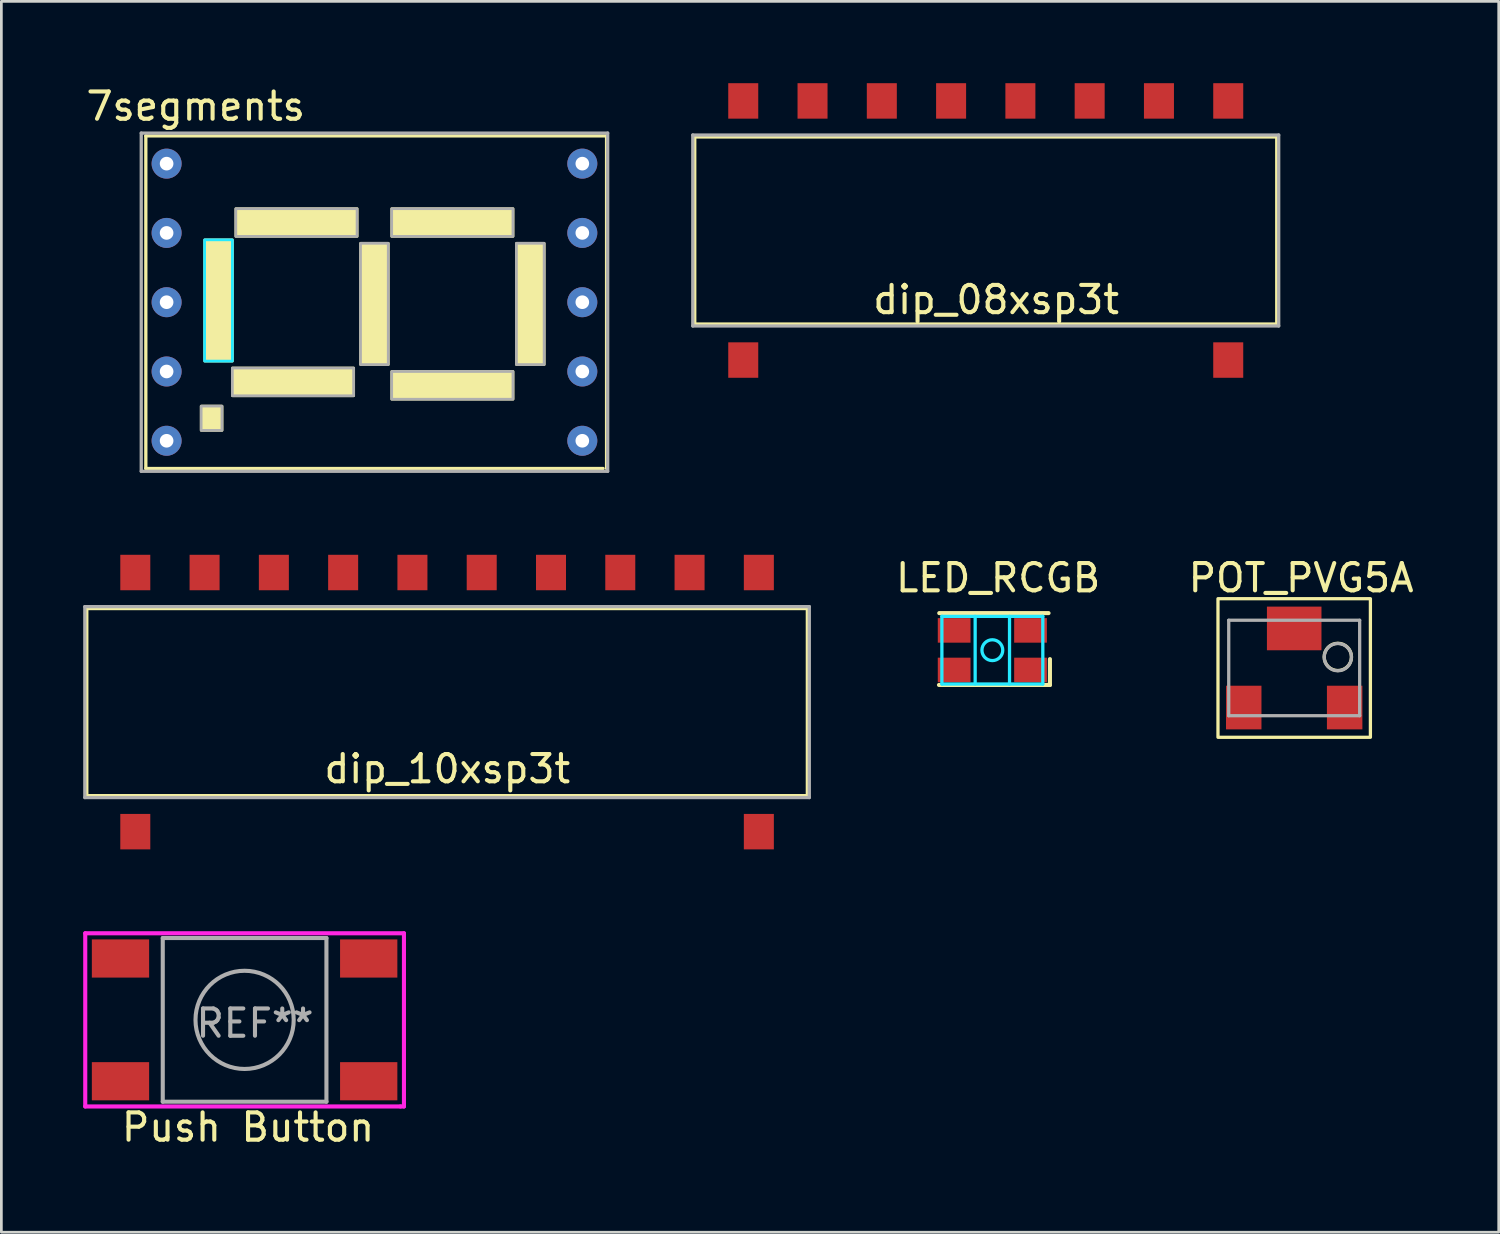
<source format=kicad_pcb>
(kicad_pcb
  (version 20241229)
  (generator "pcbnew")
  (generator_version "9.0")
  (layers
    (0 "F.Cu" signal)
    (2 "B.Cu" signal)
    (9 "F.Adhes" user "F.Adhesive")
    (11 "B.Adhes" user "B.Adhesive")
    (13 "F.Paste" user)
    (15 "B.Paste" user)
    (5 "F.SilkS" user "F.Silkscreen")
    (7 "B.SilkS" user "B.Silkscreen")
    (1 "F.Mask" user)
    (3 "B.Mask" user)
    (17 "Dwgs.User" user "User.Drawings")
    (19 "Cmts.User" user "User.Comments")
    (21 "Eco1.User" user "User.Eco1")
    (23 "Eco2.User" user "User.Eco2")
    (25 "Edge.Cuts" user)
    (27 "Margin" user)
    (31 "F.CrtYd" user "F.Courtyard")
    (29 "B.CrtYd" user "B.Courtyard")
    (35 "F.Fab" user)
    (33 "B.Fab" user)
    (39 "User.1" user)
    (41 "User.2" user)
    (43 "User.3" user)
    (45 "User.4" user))
  (footprint "dip_10xsp3t"
    (layer "F.Cu")
    (at 13.34 22.689)
    (property "Reference" "dip_10xsp3t" (at 0.008 2.449 0) (layer "F.SilkS") (effects (font (size 1 1) (thickness 0.15))))
    (attr through_hole)
    (fp_line (start -13.208 -3.429) (end -13.208 3.429) (stroke (width 0.12) (type solid)) (layer "F.SilkS"))
    (fp_line (start -13.208 3.429) (end 13.208 3.429) (stroke (width 0.12) (type solid)) (layer "F.SilkS"))
    (fp_line (start 13.208 -3.429) (end -13.208 -3.429) (stroke (width 0.12) (type solid)) (layer "F.SilkS"))
    (fp_line (start 13.208 3.429) (end 13.208 -3.429) (stroke (width 0.12) (type solid)) (layer "F.SilkS"))
    (fp_line (start -13.28 -3.5) (end -13.28 3.5) (stroke (width 0.12) (type solid)) (layer "F.Fab"))
    (fp_line (start -13.28 -3.5) (end 13.28 -3.5) (stroke (width 0.12) (type solid)) (layer "F.Fab"))
    (fp_line (start -13.28 3.5) (end 13.28 3.5) (stroke (width 0.12) (type solid)) (layer "F.Fab"))
    (fp_line (start 13.28 -3.5) (end 13.28 3.5) (stroke (width 0.12) (type solid)) (layer "F.Fab"))
    (pad "1" smd rect (at -11.43 -4.75) (size 1.1 1.3) (layers "F.Cu" "F.Mask" "F.Paste"))
    (pad "2" smd rect (at -8.89 -4.75) (size 1.1 1.3) (layers "F.Cu" "F.Mask" "F.Paste"))
    (pad "3" smd rect (at -6.35 -4.75) (size 1.1 1.3) (layers "F.Cu" "F.Mask" "F.Paste"))
    (pad "4" smd rect (at -3.81 -4.75) (size 1.1 1.3) (layers "F.Cu" "F.Mask" "F.Paste"))
    (pad "5" smd rect (at -1.27 -4.75) (size 1.1 1.3) (layers "F.Cu" "F.Mask" "F.Paste"))
    (pad "6" smd rect (at 1.27 -4.75) (size 1.1 1.3) (layers "F.Cu" "F.Mask" "F.Paste"))
    (pad "7" smd rect (at 3.81 -4.75) (size 1.1 1.3) (layers "F.Cu" "F.Mask" "F.Paste"))
    (pad "8" smd rect (at 6.35 -4.75) (size 1.1 1.3) (layers "F.Cu" "F.Mask" "F.Paste"))
    (pad "9" smd rect (at 8.89 -4.75) (size 1.1 1.3) (layers "F.Cu" "F.Mask" "F.Paste"))
    (pad "10" smd rect (at 11.43 -4.75) (size 1.1 1.3) (layers "F.Cu" "F.Mask" "F.Paste"))
    (pad "11" smd rect (at 11.43 4.75) (size 1.1 1.3) (layers "F.Cu" "F.Mask" "F.Paste"))
    (pad "12" smd rect (at -11.43 4.75) (size 1.1 1.3) (layers "F.Cu" "F.Mask" "F.Paste")))
  (footprint "POT_PVG5A"
    (layer "F.Cu")
    (at 44.396 21.439)
    (property "Reference" "POT_PVG5A" (at 0.254 -3.302 0) (layer "F.SilkS") (effects (font (size 1 1) (thickness 0.15))))
    (attr through_hole)
    (fp_rect (start -2.794 -2.54) (end 2.794 2.54) (stroke (width 0.12) (type solid)) (fill no) (layer "F.SilkS"))
    (fp_circle (center 1.6 -0.406) (end 2.1 -0.406) (stroke (width 0.12) (type solid)) (fill no) (layer "F.SilkS"))
    (fp_line (start -2.4 -1.75) (end -2.4 1.75) (stroke (width 0.12) (type solid)) (layer "F.Fab"))
    (fp_line (start -2.4 -1.75) (end 2.4 -1.75) (stroke (width 0.12) (type solid)) (layer "F.Fab"))
    (fp_line (start -2.4 1.75) (end 2.4 1.75) (stroke (width 0.12) (type solid)) (layer "F.Fab"))
    (fp_line (start 2.4 -1.75) (end 2.4 1.75) (stroke (width 0.12) (type solid)) (layer "F.Fab"))
    (fp_circle (center 1.6 -0.398) (end 2.1 -0.398) (stroke (width 0.12) (type solid)) (fill no) (layer "F.Fab"))
    (pad "1" smd rect (at -1.85 1.45) (size 1.3 1.6) (layers "F.Cu" "F.Mask" "F.Paste"))
    (pad "2" smd rect (at 0 -1.45) (size 2 1.6) (layers "F.Cu" "F.Mask" "F.Paste"))
    (pad "3" smd rect (at 1.85 1.45) (size 1.3 1.6) (layers "F.Cu" "F.Mask" "F.Paste")))
  (footprint "Push Button"
    (layer "F.Cu")
    (at 5.917 34.339)
    (property "Reference" "Push Button" (at 0.127 3.937 0) (layer "F.SilkS") (effects (font (size 1 1) (thickness 0.15))))
    (attr through_hole)
    (fp_line (start -5.842 -3.175) (end -5.842 3.175) (stroke (width 0.15) (type solid)) (layer "F.CrtYd"))
    (fp_line (start -5.842 3.175) (end 5.715 3.175) (stroke (width 0.15) (type solid)) (layer "F.CrtYd"))
    (fp_line (start 5.715 3.175) (end 5.842 3.175) (stroke (width 0.15) (type solid)) (layer "F.CrtYd"))
    (fp_line (start 5.842 -3.175) (end -5.842 -3.175) (stroke (width 0.15) (type solid)) (layer "F.CrtYd"))
    (fp_line (start 5.842 3.175) (end 5.842 -3.175) (stroke (width 0.15) (type solid)) (layer "F.CrtYd"))
    (fp_line (start -3 -3) (end -3 3) (stroke (width 0.15) (type solid)) (layer "F.Fab"))
    (fp_line (start -3 3) (end 3 3) (stroke (width 0.15) (type solid)) (layer "F.Fab"))
    (fp_line (start 3 -3) (end -3 -3) (stroke (width 0.15) (type solid)) (layer "F.Fab"))
    (fp_line (start 3 3) (end 3 -3) (stroke (width 0.15) (type solid)) (layer "F.Fab"))
    (fp_circle (center 0 0) (end 1.8 0) (stroke (width 0.15) (type solid)) (fill no) (layer "F.Fab"))
    (fp_text user "REF**" (at 0.381 0.127 0) (layer "F.Fab") (effects (font (size 1 1) (thickness 0.15))))
    (pad "1" smd rect (at -4.55 -2.25) (size 2.1 1.4) (layers "F.Cu" "F.Mask" "F.Paste"))
    (pad "1" smd rect (at 4.55 -2.25) (size 2.1 1.4) (layers "F.Cu" "F.Mask" "F.Paste"))
    (pad "2" smd rect (at -4.55 2.25) (size 2.1 1.4) (layers "F.Cu" "F.Mask" "F.Paste"))
    (pad "2" smd rect (at 4.55 2.25) (size 2.1 1.4) (layers "F.Cu" "F.Mask" "F.Paste")))
  (footprint "7segments"
    (layer "F.Cu")
    (at 3.058 2.949)
    (property "Reference" "7segments" (at 1.067 -2.101 0) (layer "F.SilkS") (effects (font (size 1 1) (thickness 0.15))))
    (attr through_hole)
    (fp_line (start -0.762 -1.016) (end -0.762 11.176) (stroke (width 0.12) (type solid)) (layer "F.SilkS"))
    (fp_line (start -0.762 11.176) (end 16.002 11.176) (stroke (width 0.12) (type solid)) (layer "F.SilkS"))
    (fp_line (start 16.129 -1.016) (end -0.762 -1.016) (stroke (width 0.12) (type solid)) (layer "F.SilkS"))
    (fp_line (start 16.129 11.176) (end 16.129 -1.016) (stroke (width 0.12) (type solid)) (layer "F.SilkS"))
    (fp_poly (pts (xy 1.27 9.779) (xy 1.27 8.89) (xy 2.032 8.89) (xy 2.032 9.779)) (stroke (width 0.1) (type solid)) (fill yes) (layer "F.SilkS"))
    (fp_poly (pts (xy 1.397 7.239) (xy 1.397 2.794) (xy 2.413 2.794) (xy 2.413 7.239)) (stroke (width 0.1) (type solid)) (fill yes) (layer "F.SilkS"))
    (fp_poly (pts (xy 2.54 1.651) (xy 6.985 1.651) (xy 6.985 2.667) (xy 2.54 2.667)) (stroke (width 0.1) (type solid)) (fill yes) (layer "F.SilkS"))
    (fp_poly (pts (xy 6.858 8.509) (xy 2.413 8.509) (xy 2.413 7.493) (xy 6.858 7.493)) (stroke (width 0.1) (type solid)) (fill yes) (layer "F.SilkS"))
    (fp_poly (pts (xy 8.128 2.921) (xy 8.128 7.366) (xy 7.112 7.366) (xy 7.112 2.921)) (stroke (width 0.1) (type solid)) (fill yes) (layer "F.SilkS"))
    (fp_poly (pts (xy 12.7 2.667) (xy 8.255 2.667) (xy 8.255 1.651) (xy 12.7 1.651)) (stroke (width 0.1) (type solid)) (fill yes) (layer "F.SilkS"))
    (fp_poly (pts (xy 12.7 8.636) (xy 8.255 8.636) (xy 8.255 7.62) (xy 12.7 7.62)) (stroke (width 0.1) (type solid)) (fill yes) (layer "F.SilkS"))
    (fp_poly (pts (xy 12.827 7.366) (xy 12.827 2.921) (xy 13.843 2.921) (xy 13.843 7.366)) (stroke (width 0.1) (type solid)) (fill yes) (layer "F.SilkS"))
    (fp_line (start 16.002 11.176) (end 16.129 11.176) (stroke (width 0.12) (type solid)) (layer "B.Paste"))
    (fp_poly (pts (xy 1.394 7.239) (xy 1.394 2.794) (xy 2.41 2.794) (xy 2.41 7.239)) (stroke (width 0.1) (type solid)) (fill no) (layer "B.CrtYd"))
    (fp_line (start -0.93 -1.12) (end -0.93 11.28) (stroke (width 0.12) (type solid)) (layer "F.Fab"))
    (fp_line (start 16.17 -1.12) (end -0.93 -1.12) (stroke (width 0.12) (type solid)) (layer "F.Fab"))
    (fp_line (start 16.17 -1.12) (end 16.17 11.28) (stroke (width 0.12) (type solid)) (layer "F.Fab"))
    (fp_line (start 16.17 11.28) (end -0.93 11.28) (stroke (width 0.12) (type solid)) (layer "F.Fab"))
    (fp_poly (pts (xy 1.267 9.779) (xy 1.267 8.89) (xy 2.029 8.89) (xy 2.029 9.779)) (stroke (width 0.1) (type solid)) (fill no) (layer "F.Fab"))
    (fp_poly (pts (xy 2.537 1.651) (xy 6.982 1.651) (xy 6.982 2.667) (xy 2.537 2.667)) (stroke (width 0.1) (type solid)) (fill no) (layer "F.Fab"))
    (fp_poly (pts (xy 6.855 8.509) (xy 2.41 8.509) (xy 2.41 7.493) (xy 6.855 7.493)) (stroke (width 0.1) (type solid)) (fill no) (layer "F.Fab"))
    (fp_poly (pts (xy 8.125 2.921) (xy 8.125 7.366) (xy 7.109 7.366) (xy 7.109 2.921)) (stroke (width 0.1) (type solid)) (fill no) (layer "F.Fab"))
    (fp_poly (pts (xy 12.697 2.667) (xy 8.252 2.667) (xy 8.252 1.651) (xy 12.697 1.651)) (stroke (width 0.1) (type solid)) (fill no) (layer "F.Fab"))
    (fp_poly (pts (xy 12.697 8.636) (xy 8.252 8.636) (xy 8.252 7.62) (xy 12.697 7.62)) (stroke (width 0.1) (type solid)) (fill no) (layer "F.Fab"))
    (fp_poly (pts (xy 12.824 7.366) (xy 12.824 2.921) (xy 13.84 2.921) (xy 13.84 7.366)) (stroke (width 0.1) (type solid)) (fill no) (layer "F.Fab"))
    (pad "1" thru_hole circle (at 0 0 270) (size 1.1 1.1) (drill 0.5) (layers "*.Cu" "*.Mask"))
    (pad "2" thru_hole circle (at 0 2.54 270) (size 1.1 1.1) (drill 0.5) (layers "*.Cu" "*.Mask"))
    (pad "3" thru_hole circle (at 0 5.08 270) (size 1.1 1.1) (drill 0.5) (layers "*.Cu" "*.Mask"))
    (pad "4" thru_hole circle (at 0 7.62 270) (size 1.1 1.1) (drill 0.5) (layers "*.Cu" "*.Mask"))
    (pad "5" thru_hole circle (at 0 10.16 270) (size 1.1 1.1) (drill 0.5) (layers "*.Cu" "*.Mask"))
    (pad "6" thru_hole circle (at 15.24 10.16 270) (size 1.1 1.1) (drill 0.5) (layers "*.Cu" "*.Mask"))
    (pad "7" thru_hole circle (at 15.24 7.62 270) (size 1.1 1.1) (drill 0.5) (layers "*.Cu" "*.Mask"))
    (pad "8" thru_hole circle (at 15.24 5.08 270) (size 1.1 1.1) (drill 0.5) (layers "*.Cu" "*.Mask"))
    (pad "9" thru_hole circle (at 15.24 2.54 270) (size 1.1 1.1) (drill 0.5) (layers "*.Cu" "*.Mask"))
    (pad "10" thru_hole circle (at 15.24 0 270) (size 1.1 1.1) (drill 0.5) (layers "*.Cu" "*.Mask")))
  (footprint "dip_08xsp3t"
    (layer "F.Cu")
    (at 33.088 5.4)
    (property "Reference" "dip_08xsp3t" (at 0.381 2.54 0) (layer "F.SilkS") (effects (font (size 1 1) (thickness 0.15))))
    (attr through_hole)
    (fp_line (start -10.668 -3.429) (end -10.668 3.429) (stroke (width 0.12) (type solid)) (layer "F.SilkS"))
    (fp_line (start -10.668 3.429) (end 10.668 3.429) (stroke (width 0.12) (type solid)) (layer "F.SilkS"))
    (fp_line (start 10.668 -3.429) (end -10.668 -3.429) (stroke (width 0.12) (type solid)) (layer "F.SilkS"))
    (fp_line (start 10.668 3.429) (end 10.668 -3.429) (stroke (width 0.12) (type solid)) (layer "F.SilkS"))
    (fp_line (start -10.74 -3.5) (end -10.74 3.5) (stroke (width 0.12) (type solid)) (layer "F.Fab"))
    (fp_line (start -10.74 -3.5) (end 10.74 -3.5) (stroke (width 0.12) (type solid)) (layer "F.Fab"))
    (fp_line (start -10.74 3.5) (end 10.74 3.5) (stroke (width 0.12) (type solid)) (layer "F.Fab"))
    (fp_line (start 10.74 -3.5) (end 10.74 3.5) (stroke (width 0.12) (type solid)) (layer "F.Fab"))
    (pad "1" smd rect (at -8.89 -4.75) (size 1.1 1.3) (layers "F.Cu" "F.Mask" "F.Paste"))
    (pad "2" smd rect (at -6.35 -4.75) (size 1.1 1.3) (layers "F.Cu" "F.Mask" "F.Paste"))
    (pad "3" smd rect (at -3.81 -4.75) (size 1.1 1.3) (layers "F.Cu" "F.Mask" "F.Paste"))
    (pad "4" smd rect (at -1.27 -4.75) (size 1.1 1.3) (layers "F.Cu" "F.Mask" "F.Paste"))
    (pad "5" smd rect (at 1.27 -4.75) (size 1.1 1.3) (layers "F.Cu" "F.Mask" "F.Paste"))
    (pad "6" smd rect (at 3.81 -4.75) (size 1.1 1.3) (layers "F.Cu" "F.Mask" "F.Paste"))
    (pad "7" smd rect (at 6.35 -4.75) (size 1.1 1.3) (layers "F.Cu" "F.Mask" "F.Paste"))
    (pad "8" smd rect (at 8.89 -4.75) (size 1.1 1.3) (layers "F.Cu" "F.Mask" "F.Paste"))
    (pad "9" smd rect (at 8.89 4.75) (size 1.1 1.3) (layers "F.Cu" "F.Mask" "F.Paste"))
    (pad "10" smd rect (at -8.89 4.75) (size 1.1 1.3) (layers "F.Cu" "F.Mask" "F.Paste")))
  (footprint "LED_RCGB"
    (layer "F.Cu")
    (at 33.33 20.786)
    (property "Reference" "LED_RCGB" (at 0.213 -2.649 0) (layer "F.SilkS") (effects (font (size 1 1) (thickness 0.15))))
    (attr through_hole)
    (fp_line (start -1.956 1.275) (end 2.111 1.275) (stroke (width 0.15) (type solid)) (layer "F.SilkS"))
    (fp_line (start -1.946 -1.359) (end 2.06 -1.359) (stroke (width 0.15) (type solid)) (layer "F.SilkS"))
    (fp_line (start 2.111 1.275) (end 2.111 0.328) (stroke (width 0.15) (type solid)) (layer "F.SilkS"))
    (fp_line (start -1.85 -1.24) (end 1.85 -1.24) (stroke (width 0.12) (type solid)) (layer "B.CrtYd"))
    (fp_line (start -1.85 1.24) (end -1.85 -1.24) (stroke (width 0.12) (type solid)) (layer "B.CrtYd"))
    (fp_line (start -1.85 1.24) (end 1.85 1.24) (stroke (width 0.12) (type solid)) (layer "B.CrtYd"))
    (fp_line (start -0.63 -1.24) (end -0.63 1.24) (stroke (width 0.12) (type solid)) (layer "B.CrtYd"))
    (fp_line (start 0.63 -1.24) (end 0.63 1.24) (stroke (width 0.12) (type solid)) (layer "B.CrtYd"))
    (fp_line (start 1.85 1.24) (end 1.85 -1.24) (stroke (width 0.12) (type solid)) (layer "B.CrtYd"))
    (fp_circle (center 0 0) (end 0.203 -0.323) (stroke (width 0.12) (type solid)) (fill no) (layer "B.CrtYd"))
    (pad "1" smd rect (at 1.4 0.725) (size 1.2 0.9) (layers "F.Cu" "F.Mask" "F.Paste"))
    (pad "2" smd rect (at -1.4 0.725) (size 1.2 0.9) (layers "F.Cu" "F.Mask" "F.Paste"))
    (pad "3" smd rect (at -1.4 -0.725) (size 1.2 0.9) (layers "F.Cu" "F.Mask" "F.Paste"))
    (pad "4" smd rect (at 1.4 -0.725) (size 1.2 0.9) (layers "F.Cu" "F.Mask" "F.Paste")))
  (gr_rect
    (start -3 -3)
    (end 51.894 42.124)
    (stroke (width 0.1) (type default))
    (fill no)
    (layer "Edge.Cuts")))
</source>
